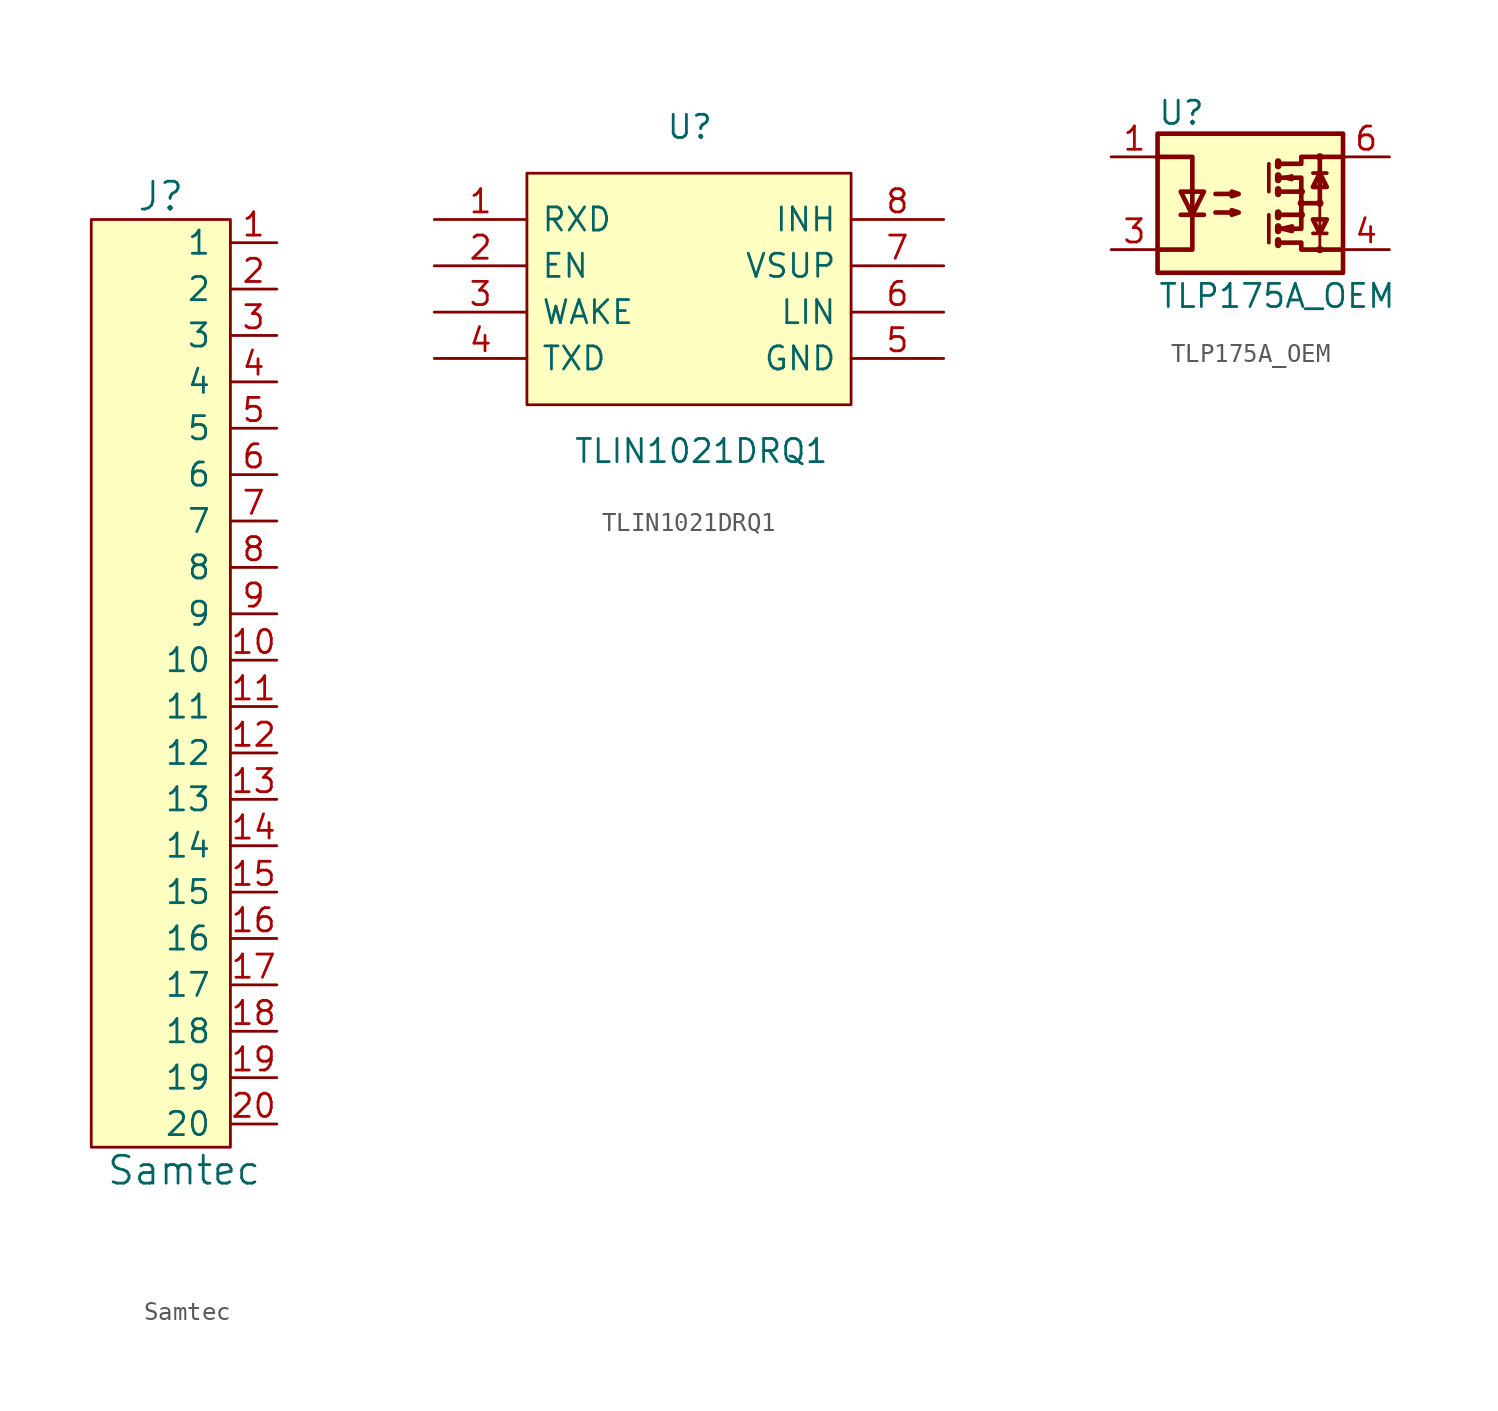
<source format=kicad_sym>
(kicad_symbol_lib
  (version 20211014)
  (generator kicad_symbol_editor)
  (symbol "Samtec"
    (pin_names
      (offset 1.016))
    (property "Reference" "J"
      (at -2.54 30.48 0)
      (effects (font (size 1.524 1.524))))
    (property "Value" "Samtec"
      (at -1.27 -22.86 0)
      (effects (font (size 1.524 1.524))))
    (symbol "Samtec_0_1"
      (rectangle (start -6.35 29.21) (end 1.27 -21.59) (stroke (width 0) (type default) (color 0 0 0 0)) (fill (type background))))
    (symbol "Samtec_1_1"
      (pin bidirectional line (at 3.81 27.94 180) (length 2.54) (name "1" (effects (font (size 1.27 1.27)))) (number "1" (effects (font (size 1.27 1.27)))))
      (pin bidirectional line (at 3.81 5.08 180) (length 2.54) (name "10" (effects (font (size 1.27 1.27)))) (number "10" (effects (font (size 1.27 1.27)))))
      (pin bidirectional line (at 3.81 2.54 180) (length 2.54) (name "11" (effects (font (size 1.27 1.27)))) (number "11" (effects (font (size 1.27 1.27)))))
      (pin bidirectional line (at 3.81 0 180) (length 2.54) (name "12" (effects (font (size 1.27 1.27)))) (number "12" (effects (font (size 1.27 1.27)))))
      (pin bidirectional line (at 3.81 -2.54 180) (length 2.54) (name "13" (effects (font (size 1.27 1.27)))) (number "13" (effects (font (size 1.27 1.27)))))
      (pin bidirectional line (at 3.81 -5.08 180) (length 2.54) (name "14" (effects (font (size 1.27 1.27)))) (number "14" (effects (font (size 1.27 1.27)))))
      (pin bidirectional line (at 3.81 -7.62 180) (length 2.54) (name "15" (effects (font (size 1.27 1.27)))) (number "15" (effects (font (size 1.27 1.27)))))
      (pin bidirectional line (at 3.81 -10.16 180) (length 2.54) (name "16" (effects (font (size 1.27 1.27)))) (number "16" (effects (font (size 1.27 1.27)))))
      (pin bidirectional line (at 3.81 -12.7 180) (length 2.54) (name "17" (effects (font (size 1.27 1.27)))) (number "17" (effects (font (size 1.27 1.27)))))
      (pin bidirectional line (at 3.81 -15.24 180) (length 2.54) (name "18" (effects (font (size 1.27 1.27)))) (number "18" (effects (font (size 1.27 1.27)))))
      (pin bidirectional line (at 3.81 -17.78 180) (length 2.54) (name "19" (effects (font (size 1.27 1.27)))) (number "19" (effects (font (size 1.27 1.27)))))
      (pin bidirectional line (at 3.81 25.4 180) (length 2.54) (name "2" (effects (font (size 1.27 1.27)))) (number "2" (effects (font (size 1.27 1.27)))))
      (pin bidirectional line (at 3.81 -20.32 180) (length 2.54) (name "20" (effects (font (size 1.27 1.27)))) (number "20" (effects (font (size 1.27 1.27)))))
      (pin bidirectional line (at 3.81 22.86 180) (length 2.54) (name "3" (effects (font (size 1.27 1.27)))) (number "3" (effects (font (size 1.27 1.27)))))
      (pin bidirectional line (at 3.81 20.32 180) (length 2.54) (name "4" (effects (font (size 1.27 1.27)))) (number "4" (effects (font (size 1.27 1.27)))))
      (pin bidirectional line (at 3.81 17.78 180) (length 2.54) (name "5" (effects (font (size 1.27 1.27)))) (number "5" (effects (font (size 1.27 1.27)))))
      (pin bidirectional line (at 3.81 15.24 180) (length 2.54) (name "6" (effects (font (size 1.27 1.27)))) (number "6" (effects (font (size 1.27 1.27)))))
      (pin bidirectional line (at 3.81 12.7 180) (length 2.54) (name "7" (effects (font (size 1.27 1.27)))) (number "7" (effects (font (size 1.27 1.27)))))
      (pin bidirectional line (at 3.81 10.16 180) (length 2.54) (name "8" (effects (font (size 1.27 1.27)))) (number "8" (effects (font (size 1.27 1.27)))))
      (pin bidirectional line (at 3.81 7.62 180) (length 2.54) (name "9" (effects (font (size 1.27 1.27)))) (number "9" (effects (font (size 1.27 1.27)))))))
  (symbol "TLIN1021DRQ1"
    (pin_names
      (offset 0.762))
    (property "Reference" "U"
      (at -1.27 8.89 0)
      (effects (font (size 1.27 1.27)) (justify left)))
    (property "Value" "TLIN1021DRQ1"
      (at -6.35 -8.89 0)
      (effects (font (size 1.27 1.27)) (justify left)))
    (symbol "TLIN1021DRQ1_0_0"
      (pin passive line (at -13.97 3.81 0) (length 5.08) (name "RXD" (effects (font (size 1.27 1.27)))) (number "1" (effects (font (size 1.27 1.27)))))
      (pin passive line (at -13.97 1.27 0) (length 5.08) (name "EN" (effects (font (size 1.27 1.27)))) (number "2" (effects (font (size 1.27 1.27)))))
      (pin passive line (at -13.97 -1.27 0) (length 5.08) (name "WAKE" (effects (font (size 1.27 1.27)))) (number "3" (effects (font (size 1.27 1.27)))))
      (pin passive line (at -13.97 -3.81 0) (length 5.08) (name "TXD" (effects (font (size 1.27 1.27)))) (number "4" (effects (font (size 1.27 1.27)))))
      (pin passive line (at 13.97 -3.81 180) (length 5.08) (name "GND" (effects (font (size 1.27 1.27)))) (number "5" (effects (font (size 1.27 1.27)))))
      (pin passive line (at 13.97 -1.27 180) (length 5.08) (name "LIN" (effects (font (size 1.27 1.27)))) (number "6" (effects (font (size 1.27 1.27)))))
      (pin passive line (at 13.97 1.27 180) (length 5.08) (name "VSUP" (effects (font (size 1.27 1.27)))) (number "7" (effects (font (size 1.27 1.27)))))
      (pin passive line (at 13.97 3.81 180) (length 5.08) (name "INH" (effects (font (size 1.27 1.27)))) (number "8" (effects (font (size 1.27 1.27))))))
    (symbol "TLIN1021DRQ1_0_1"
      (polyline (pts (xy -8.89 6.35) (xy 8.89 6.35) (xy 8.89 -6.35) (xy -8.89 -6.35) (xy -8.89 6.35)) (stroke (width 0.152) (type default) (color 0 0 0 0)) (fill (type background)))))
  (symbol "TLP175A_OEM"
    (pin_names
      (offset 1.016))
    (property "Reference" "U"
      (at -5.08 4.953 0)
      (effects (font (size 1.27 1.27)) (justify left)))
    (property "Value" "TLP175A_OEM"
      (at -5.08 -5.08 0)
      (effects (font (size 1.27 1.27)) (justify left)))
    (symbol "TLP175A_OEM_0_1"
      (rectangle (start -5.08 3.81) (end 5.08 -3.81) (stroke (width 0.254) (type default) (color 0 0 0 0)) (fill (type background)))
      (polyline (pts (xy -3.81 -0.635) (xy -2.54 -0.635)) (stroke (width 0.254) (type default) (color 0 0 0 0)) (fill (type none)))
      (polyline (pts (xy 1.016 -0.635) (xy 1.016 -2.159)) (stroke (width 0.203) (type default) (color 0 0 0 0)) (fill (type none)))
      (polyline (pts (xy 1.016 2.159) (xy 1.016 0.635)) (stroke (width 0.203) (type default) (color 0 0 0 0)) (fill (type none)))
      (polyline (pts (xy 1.524 -0.508) (xy 1.524 -0.762)) (stroke (width 0.356) (type default) (color 0 0 0 0)) (fill (type none)))
      (polyline (pts (xy 2.794 0) (xy 3.81 0)) (stroke (width 0.254) (type default) (color 0 0 0 0)) (fill (type none)))
      (polyline (pts (xy 3.429 -1.651) (xy 4.191 -1.651)) (stroke (width 0.203) (type default) (color 0 0 0 0)) (fill (type none)))
      (polyline (pts (xy 3.429 1.651) (xy 4.191 1.651)) (stroke (width 0.203) (type default) (color 0 0 0 0)) (fill (type none)))
      (polyline (pts (xy 3.81 0) (xy 3.81 -2.54)) (stroke (width 0) (type default) (color 0 0 0 0)) (fill (type none)))
      (polyline (pts (xy 3.81 0) (xy 3.81 2.54)) (stroke (width 0.254) (type default) (color 0 0 0 0)) (fill (type none)))
      (polyline (pts (xy 1.524 -2.032) (xy 1.524 -2.286) (xy 1.524 -2.286)) (stroke (width 0.356) (type default) (color 0 0 0 0)) (fill (type none)))
      (polyline (pts (xy 1.524 -1.27) (xy 1.524 -1.524) (xy 1.524 -1.524)) (stroke (width 0.356) (type default) (color 0 0 0 0)) (fill (type none)))
      (polyline (pts (xy 1.524 0.762) (xy 1.524 0.508) (xy 1.524 0.508)) (stroke (width 0.356) (type default) (color 0 0 0 0)) (fill (type none)))
      (polyline (pts (xy 1.524 1.524) (xy 1.524 1.27) (xy 1.524 1.27)) (stroke (width 0.356) (type default) (color 0 0 0 0)) (fill (type none)))
      (polyline (pts (xy 1.524 2.286) (xy 1.524 2.032) (xy 1.524 2.032)) (stroke (width 0.356) (type default) (color 0 0 0 0)) (fill (type none)))
      (polyline (pts (xy 1.651 -1.397) (xy 2.794 -1.397) (xy 2.794 -0.635)) (stroke (width 0.254) (type default) (color 0 0 0 0)) (fill (type none)))
      (polyline (pts (xy 1.651 1.397) (xy 2.794 1.397) (xy 2.794 0.635)) (stroke (width 0.254) (type default) (color 0 0 0 0)) (fill (type none)))
      (polyline (pts (xy -5.08 2.54) (xy -3.175 2.54) (xy -3.175 -2.54) (xy -5.08 -2.54)) (stroke (width 0.254) (type default) (color 0 0 0 0)) (fill (type none)))
      (polyline (pts (xy -3.175 -0.635) (xy -3.81 0.635) (xy -2.54 0.635) (xy -3.175 -0.635)) (stroke (width 0.254) (type default) (color 0 0 0 0)) (fill (type none)))
      (polyline (pts (xy 1.651 -2.159) (xy 2.794 -2.159) (xy 2.794 -2.54) (xy 5.08 -2.54)) (stroke (width 0.254) (type default) (color 0 0 0 0)) (fill (type none)))
      (polyline (pts (xy 1.651 -0.635) (xy 2.794 -0.635) (xy 2.794 0.635) (xy 1.651 0.635)) (stroke (width 0.254) (type default) (color 0 0 0 0)) (fill (type none)))
      (polyline (pts (xy 1.651 2.159) (xy 2.794 2.159) (xy 2.794 2.54) (xy 5.08 2.54)) (stroke (width 0.254) (type default) (color 0 0 0 0)) (fill (type none)))
      (polyline (pts (xy 1.778 -1.397) (xy 2.286 -1.27) (xy 2.286 -1.524) (xy 1.778 -1.397)) (stroke (width 0.254) (type default) (color 0 0 0 0)) (fill (type none)))
      (polyline (pts (xy 1.778 1.397) (xy 2.286 1.524) (xy 2.286 1.27) (xy 1.778 1.397)) (stroke (width 0) (type default) (color 0 0 0 0)) (fill (type none)))
      (polyline (pts (xy 3.81 -1.651) (xy 3.429 -0.889) (xy 4.191 -0.889) (xy 3.81 -1.651)) (stroke (width 0.254) (type default) (color 0 0 0 0)) (fill (type none)))
      (polyline (pts (xy 3.81 1.651) (xy 3.429 0.889) (xy 4.191 0.889) (xy 3.81 1.651)) (stroke (width 0.254) (type default) (color 0 0 0 0)) (fill (type none)))
      (polyline (pts (xy -1.905 -0.508) (xy -0.635 -0.508) (xy -1.016 -0.635) (xy -1.016 -0.381) (xy -0.635 -0.508)) (stroke (width 0.254) (type default) (color 0 0 0 0)) (fill (type none)))
      (polyline (pts (xy -1.905 0.508) (xy -0.635 0.508) (xy -1.016 0.381) (xy -1.016 0.635) (xy -0.635 0.508)) (stroke (width 0.254) (type default) (color 0 0 0 0)) (fill (type none)))
      (circle (center 2.794 -0.635) (radius 0.127) (stroke (width 0) (type default) (color 0 0 0 0)) (fill (type none)))
      (circle (center 2.794 0) (radius 0.127) (stroke (width 0) (type default) (color 0 0 0 0)) (fill (type none)))
      (circle (center 2.794 0.635) (radius 0.127) (stroke (width 0) (type default) (color 0 0 0 0)) (fill (type none)))
      (circle (center 3.81 -2.54) (radius 0.127) (stroke (width 0) (type default) (color 0 0 0 0)) (fill (type none)))
      (circle (center 3.81 0) (radius 0.127) (stroke (width 0) (type default) (color 0 0 0 0)) (fill (type none)))
      (circle (center 3.81 2.54) (radius 0.127) (stroke (width 0) (type default) (color 0 0 0 0)) (fill (type none))))
    (symbol "TLP175A_OEM_1_1"
      (pin passive line (at -7.62 2.54 0) (length 2.54) (name "~" (effects (font (size 1.27 1.27)))) (number "1" (effects (font (size 1.27 1.27)))))
      (pin passive line (at -7.62 -2.54 0) (length 2.54) (name "~" (effects (font (size 1.27 1.27)))) (number "3" (effects (font (size 1.27 1.27)))))
      (pin passive line (at 7.62 -2.54 180) (length 2.54) (name "~" (effects (font (size 1.27 1.27)))) (number "4" (effects (font (size 1.27 1.27)))))
      (pin passive line (at 7.62 2.54 180) (length 2.54) (name "~" (effects (font (size 1.27 1.27)))) (number "6" (effects (font (size 1.27 1.27))))))))
</source>
